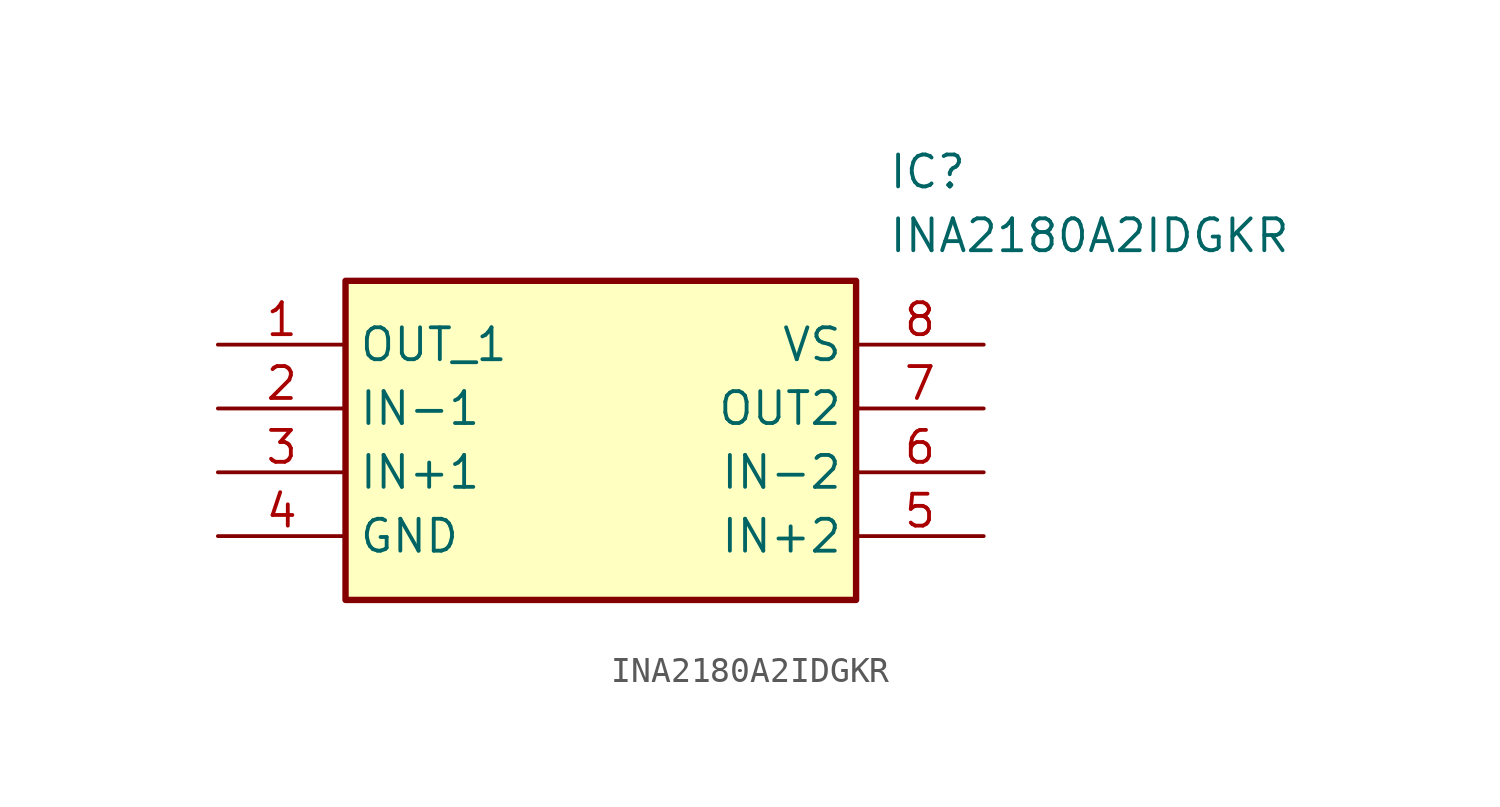
<source format=kicad_sym>
(kicad_symbol_lib
  (version 20211014)
  (generator SamacSys_ECAD_Model)
  (symbol "INA2180A2IDGKR"
    (property "Reference" "IC"
      (at 26.67 7.62 0)
      (effects (font (size 1.27 1.27)) (justify left top)))
    (property "Value" "INA2180A2IDGKR"
      (at 26.67 5.08 0)
      (effects (font (size 1.27 1.27)) (justify left top)))
    (rectangle
      (start 5.08 2.54)
      (end 25.4 -10.16)
      (stroke (width 0.254) (type default))
      (fill (type background)))
    (pin passive line
      (at 0 0 0)
      (length 5.08)
      (name "OUT_1" (effects (font (size 1.27 1.27))))
      (number "1" (effects (font (size 1.27 1.27)))))
    (pin passive line
      (at 0 -2.54 0)
      (length 5.08)
      (name "IN-1" (effects (font (size 1.27 1.27))))
      (number "2" (effects (font (size 1.27 1.27)))))
    (pin passive line
      (at 0 -5.08 0)
      (length 5.08)
      (name "IN+1" (effects (font (size 1.27 1.27))))
      (number "3" (effects (font (size 1.27 1.27)))))
    (pin passive line
      (at 0 -7.62 0)
      (length 5.08)
      (name "GND" (effects (font (size 1.27 1.27))))
      (number "4" (effects (font (size 1.27 1.27)))))
    (pin passive line
      (at 30.48 0 180)
      (length 5.08)
      (name "VS" (effects (font (size 1.27 1.27))))
      (number "8" (effects (font (size 1.27 1.27)))))
    (pin passive line
      (at 30.48 -2.54 180)
      (length 5.08)
      (name "OUT2" (effects (font (size 1.27 1.27))))
      (number "7" (effects (font (size 1.27 1.27)))))
    (pin passive line
      (at 30.48 -5.08 180)
      (length 5.08)
      (name "IN-2" (effects (font (size 1.27 1.27))))
      (number "6" (effects (font (size 1.27 1.27)))))
    (pin passive line
      (at 30.48 -7.62 180)
      (length 5.08)
      (name "IN+2" (effects (font (size 1.27 1.27))))
      (number "5" (effects (font (size 1.27 1.27)))))))
</source>
